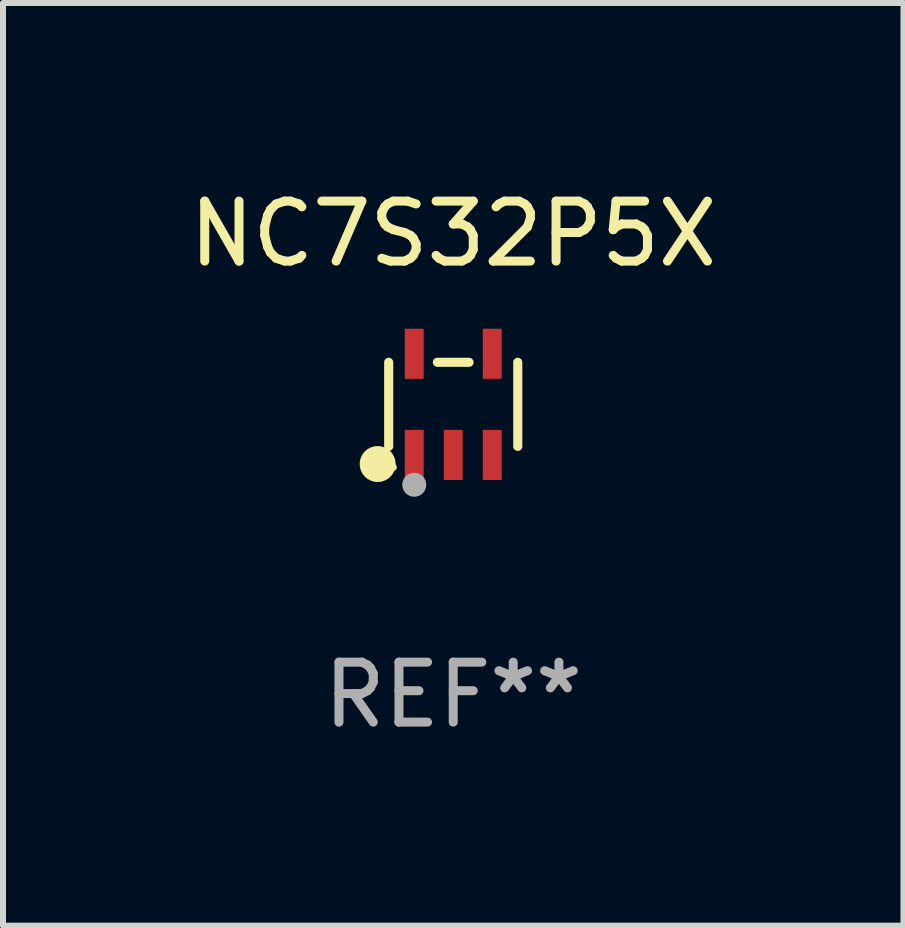
<source format=kicad_pcb>
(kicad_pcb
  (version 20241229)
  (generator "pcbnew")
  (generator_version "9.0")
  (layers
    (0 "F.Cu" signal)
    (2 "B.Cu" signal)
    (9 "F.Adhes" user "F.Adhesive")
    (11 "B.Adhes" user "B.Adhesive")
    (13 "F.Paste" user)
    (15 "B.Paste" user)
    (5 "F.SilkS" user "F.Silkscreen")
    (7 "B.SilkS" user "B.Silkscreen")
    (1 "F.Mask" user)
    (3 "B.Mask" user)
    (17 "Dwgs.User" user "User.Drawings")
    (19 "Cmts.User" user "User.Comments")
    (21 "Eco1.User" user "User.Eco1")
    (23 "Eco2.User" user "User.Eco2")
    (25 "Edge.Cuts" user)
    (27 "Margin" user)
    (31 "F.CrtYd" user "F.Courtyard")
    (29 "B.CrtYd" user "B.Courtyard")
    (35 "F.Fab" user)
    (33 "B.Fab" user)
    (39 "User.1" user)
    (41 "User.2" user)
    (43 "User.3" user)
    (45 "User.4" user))
  (footprint "NC7S32P5X"
    (layer "F.Cu")
    (at 4.506 3.691)
    (property "Reference" "NC7S32P5X" (at 0 -2.843 0) (layer "F.SilkS") (effects (font (size 1 1) (thickness 0.15))))
    (attr through_hole)
    (fp_line (start -1.076 0.701) (end -1.076 -0.701) (stroke (width 0.152) (type solid)) (layer "F.SilkS"))
    (fp_line (start 0.264 -0.701) (end -0.264 -0.701) (stroke (width 0.152) (type solid)) (layer "F.SilkS"))
    (fp_line (start 1.076 0.701) (end 1.076 -0.701) (stroke (width 0.152) (type solid)) (layer "F.SilkS"))
    (fp_circle (center -1.26 0.995) (end -1.11 0.995) (stroke (width 0.3) (type solid)) (fill no) (layer "F.SilkS"))
    (fp_circle (center -1 1.05) (end -0.97 1.05) (stroke (width 0.06) (type solid)) (fill no) (layer "F.SilkS"))
    (fp_circle (center -0.65 1.341) (end -0.55 1.341) (stroke (width 0.2) (type solid)) (fill no) (layer "F.Fab"))
    (fp_text user "REF**" (at 0 4.843 0) (layer "F.Fab") (effects (font (size 1 1) (thickness 0.15))))
    (pad "1" smd rect (at -0.65 0.843) (size 0.315 0.835) (layers "F.Cu" "F.Mask" "F.Paste"))
    (pad "2" smd rect (at 0.00014 0.843) (size 0.315 0.835) (layers "F.Cu" "F.Mask" "F.Paste"))
    (pad "3" smd rect (at 0.65 0.843) (size 0.315 0.835) (layers "F.Cu" "F.Mask" "F.Paste"))
    (pad "4" smd rect (at 0.65 -0.843) (size 0.315 0.835) (layers "F.Cu" "F.Mask" "F.Paste"))
    (pad "5" smd rect (at -0.65 -0.843) (size 0.315 0.835) (layers "F.Cu" "F.Mask" "F.Paste")))
  (gr_rect
    (start -3 -3)
    (end 12.012 12.382)
    (stroke (width 0.1) (type default))
    (fill no)
    (layer "Edge.Cuts")))
</source>
